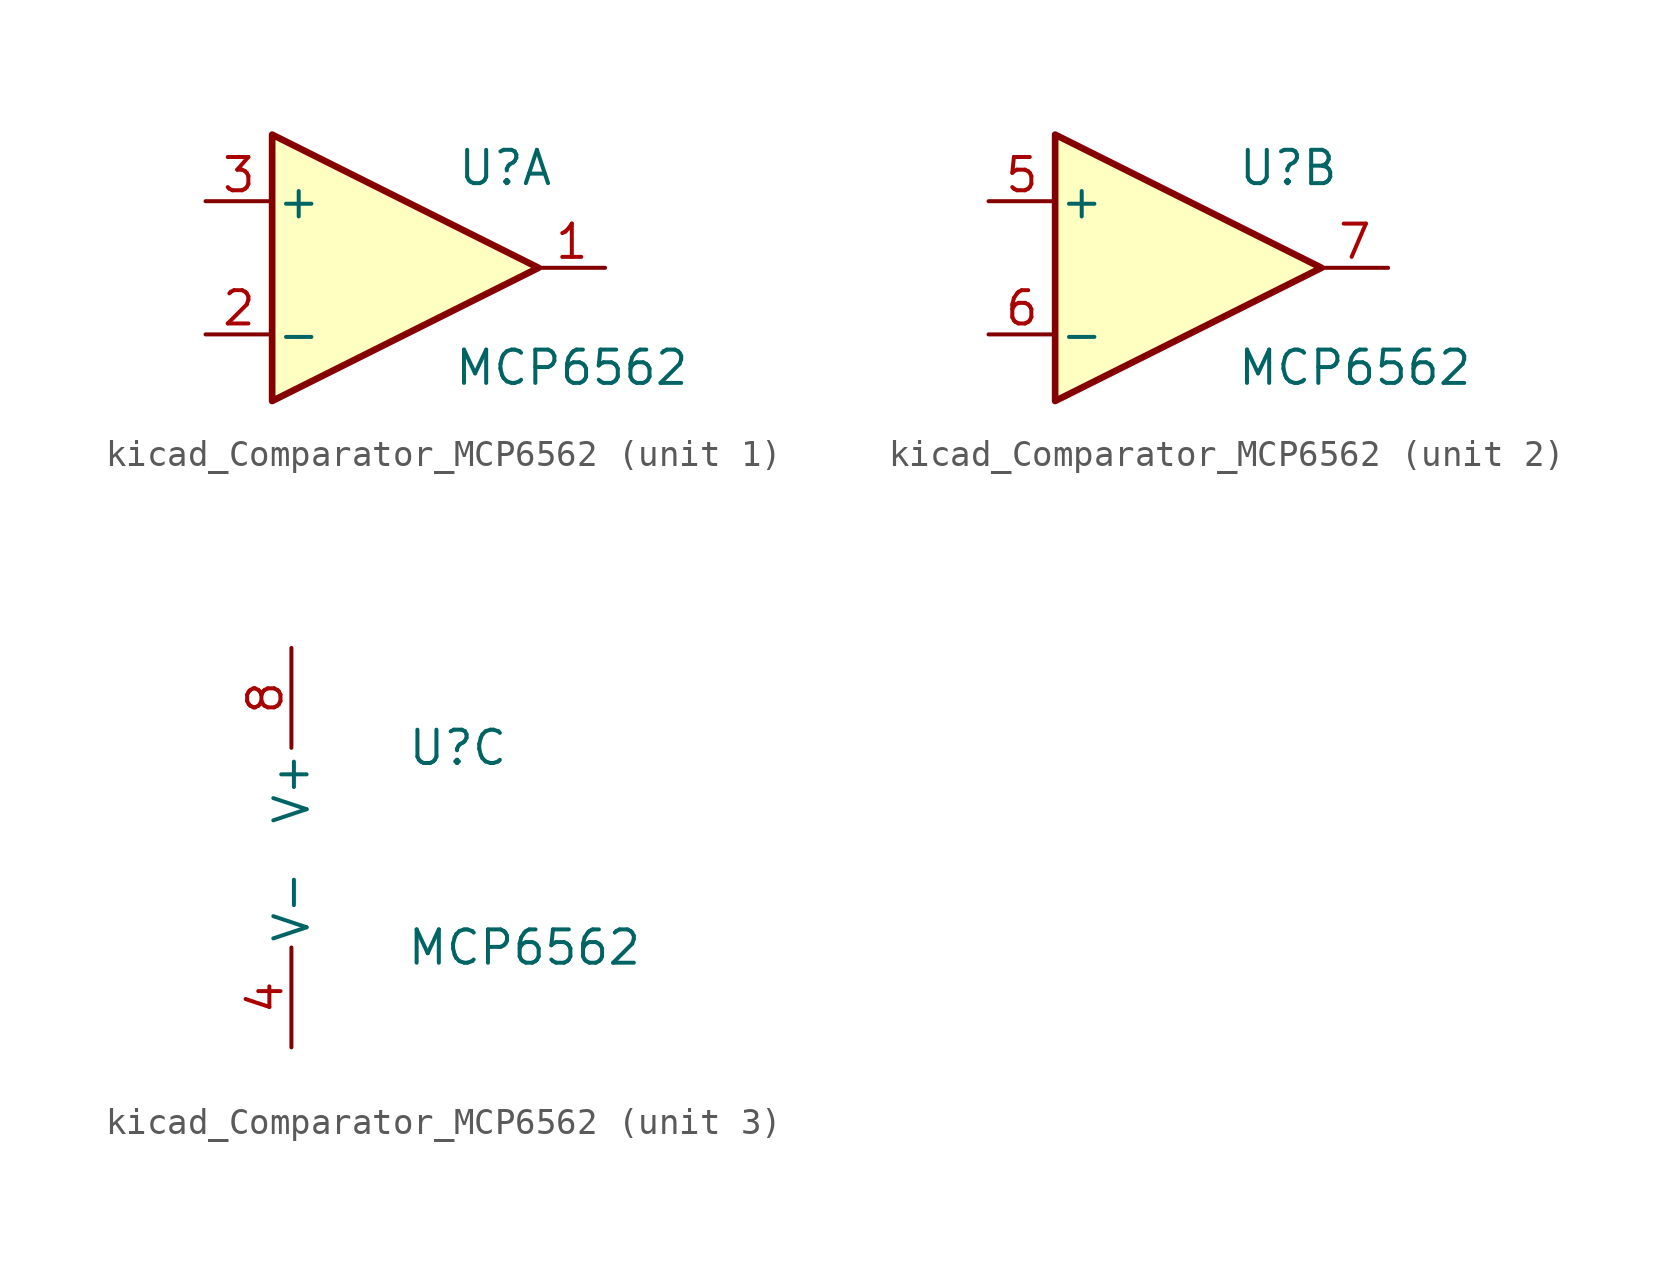
<source format=kicad_sym>
(kicad_symbol_lib
  (version 20220914)
  (generator kicad_symbol_editor)
  (symbol "kicad_Comparator_MCP6562"
    (pin_names
      (offset 0.127))
    (property "Reference" "U"
      (at 3.81 3.81 0)
      (effects (font (size 1.27 1.27))))
    (property "Value" "MCP6562"
      (at 6.35 -3.81 0)
      (effects (font (size 1.27 1.27))))
    (property "ki_locked" ""
      (at 0 0 0)
      (effects (font (size 1.27 1.27))))
    (symbol "kicad_Comparator_MCP6562_1_1"
      (polyline (pts (xy -5.08 5.08) (xy 5.08 0) (xy -5.08 -5.08) (xy -5.08 5.08)) (stroke (width 0.254) (type default)) (fill (type background)))
      (pin output line (at 7.62 0 180) (length 2.54) (name "~" (effects (font (size 1.27 1.27)))) (number "1" (effects (font (size 1.27 1.27)))))
      (pin input line (at -7.62 -2.54 0) (length 2.54) (name "-" (effects (font (size 1.27 1.27)))) (number "2" (effects (font (size 1.27 1.27)))))
      (pin input line (at -7.62 2.54 0) (length 2.54) (name "+" (effects (font (size 1.27 1.27)))) (number "3" (effects (font (size 1.27 1.27))))))
    (symbol "kicad_Comparator_MCP6562_2_1"
      (polyline (pts (xy -5.08 5.08) (xy 5.08 0) (xy -5.08 -5.08) (xy -5.08 5.08)) (stroke (width 0.254) (type default)) (fill (type background)))
      (pin input line (at -7.62 2.54 0) (length 2.54) (name "+" (effects (font (size 1.27 1.27)))) (number "5" (effects (font (size 1.27 1.27)))))
      (pin input line (at -7.62 -2.54 0) (length 2.54) (name "-" (effects (font (size 1.27 1.27)))) (number "6" (effects (font (size 1.27 1.27)))))
      (pin output line (at 7.62 0 180) (length 2.54) (name "~" (effects (font (size 1.27 1.27)))) (number "7" (effects (font (size 1.27 1.27))))))
    (symbol "kicad_Comparator_MCP6562_3_1"
      (pin power_in line (at -2.54 -7.62 90) (length 3.81) (name "V-" (effects (font (size 1.27 1.27)))) (number "4" (effects (font (size 1.27 1.27)))))
      (pin power_in line (at -2.54 7.62 270) (length 3.81) (name "V+" (effects (font (size 1.27 1.27)))) (number "8" (effects (font (size 1.27 1.27))))))))
</source>
